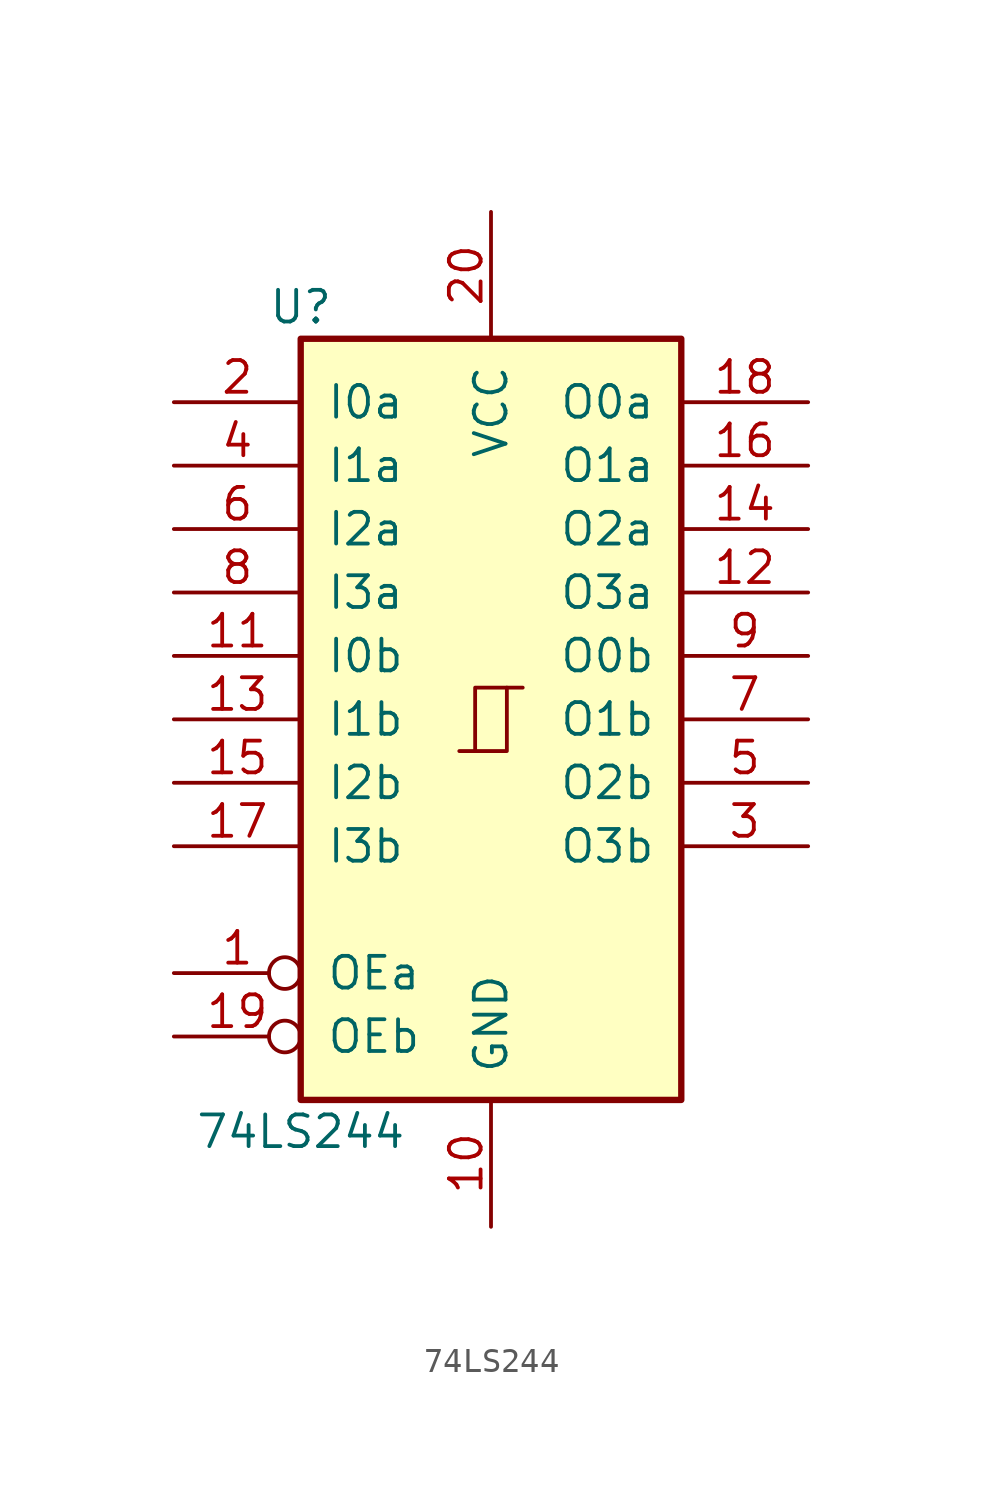
<source format=kicad_sym>
(kicad_symbol_lib
  (version 20230620)
  (generator kicad_symbol_editor)
  (symbol "74LS244"
    (pin_names
      (offset 1.016))
    (property "Reference" "U"
      (at -7.62 16.51 0)
      (effects (font (size 1.27 1.27))))
    (property "Value" "74LS244"
      (at -7.62 -16.51 0)
      (effects (font (size 1.27 1.27))))
    (symbol "74LS244_1_0"
      (polyline (pts (xy -0.635 -1.27) (xy -0.635 1.27) (xy 0.635 1.27)) (stroke (width 0) (type default)) (fill (type none)))
      (polyline (pts (xy -1.27 -1.27) (xy 0.635 -1.27) (xy 0.635 1.27) (xy 1.27 1.27)) (stroke (width 0) (type default)) (fill (type none)))
      (pin input inverted (at -12.7 -10.16 0) (length 5.08) (name "OEa" (effects (font (size 1.27 1.27)))) (number "1" (effects (font (size 1.27 1.27)))))
      (pin power_in line (at 0 -20.32 90) (length 5.08) (name "GND" (effects (font (size 1.27 1.27)))) (number "10" (effects (font (size 1.27 1.27)))))
      (pin input line (at -12.7 2.54 0) (length 5.08) (name "I0b" (effects (font (size 1.27 1.27)))) (number "11" (effects (font (size 1.27 1.27)))))
      (pin tri_state line (at 12.7 5.08 180) (length 5.08) (name "O3a" (effects (font (size 1.27 1.27)))) (number "12" (effects (font (size 1.27 1.27)))))
      (pin input line (at -12.7 0 0) (length 5.08) (name "I1b" (effects (font (size 1.27 1.27)))) (number "13" (effects (font (size 1.27 1.27)))))
      (pin tri_state line (at 12.7 7.62 180) (length 5.08) (name "O2a" (effects (font (size 1.27 1.27)))) (number "14" (effects (font (size 1.27 1.27)))))
      (pin input line (at -12.7 -2.54 0) (length 5.08) (name "I2b" (effects (font (size 1.27 1.27)))) (number "15" (effects (font (size 1.27 1.27)))))
      (pin tri_state line (at 12.7 10.16 180) (length 5.08) (name "O1a" (effects (font (size 1.27 1.27)))) (number "16" (effects (font (size 1.27 1.27)))))
      (pin input line (at -12.7 -5.08 0) (length 5.08) (name "I3b" (effects (font (size 1.27 1.27)))) (number "17" (effects (font (size 1.27 1.27)))))
      (pin tri_state line (at 12.7 12.7 180) (length 5.08) (name "O0a" (effects (font (size 1.27 1.27)))) (number "18" (effects (font (size 1.27 1.27)))))
      (pin input inverted (at -12.7 -12.7 0) (length 5.08) (name "OEb" (effects (font (size 1.27 1.27)))) (number "19" (effects (font (size 1.27 1.27)))))
      (pin input line (at -12.7 12.7 0) (length 5.08) (name "I0a" (effects (font (size 1.27 1.27)))) (number "2" (effects (font (size 1.27 1.27)))))
      (pin power_in line (at 0 20.32 270) (length 5.08) (name "VCC" (effects (font (size 1.27 1.27)))) (number "20" (effects (font (size 1.27 1.27)))))
      (pin power_in line (at 0 -20.32 90) (length 5.08) hide (name "GND" (effects (font (size 1.27 1.27)))) (number "21" (effects (font (size 1.27 1.27)))))
      (pin tri_state line (at 12.7 -5.08 180) (length 5.08) (name "O3b" (effects (font (size 1.27 1.27)))) (number "3" (effects (font (size 1.27 1.27)))))
      (pin input line (at -12.7 10.16 0) (length 5.08) (name "I1a" (effects (font (size 1.27 1.27)))) (number "4" (effects (font (size 1.27 1.27)))))
      (pin tri_state line (at 12.7 -2.54 180) (length 5.08) (name "O2b" (effects (font (size 1.27 1.27)))) (number "5" (effects (font (size 1.27 1.27)))))
      (pin input line (at -12.7 7.62 0) (length 5.08) (name "I2a" (effects (font (size 1.27 1.27)))) (number "6" (effects (font (size 1.27 1.27)))))
      (pin tri_state line (at 12.7 0 180) (length 5.08) (name "O1b" (effects (font (size 1.27 1.27)))) (number "7" (effects (font (size 1.27 1.27)))))
      (pin input line (at -12.7 5.08 0) (length 5.08) (name "I3a" (effects (font (size 1.27 1.27)))) (number "8" (effects (font (size 1.27 1.27)))))
      (pin tri_state line (at 12.7 2.54 180) (length 5.08) (name "O0b" (effects (font (size 1.27 1.27)))) (number "9" (effects (font (size 1.27 1.27))))))
    (symbol "74LS244_1_1"
      (rectangle (start -7.62 15.24) (end 7.62 -15.24) (stroke (width 0.254) (type default)) (fill (type background))))))
</source>
